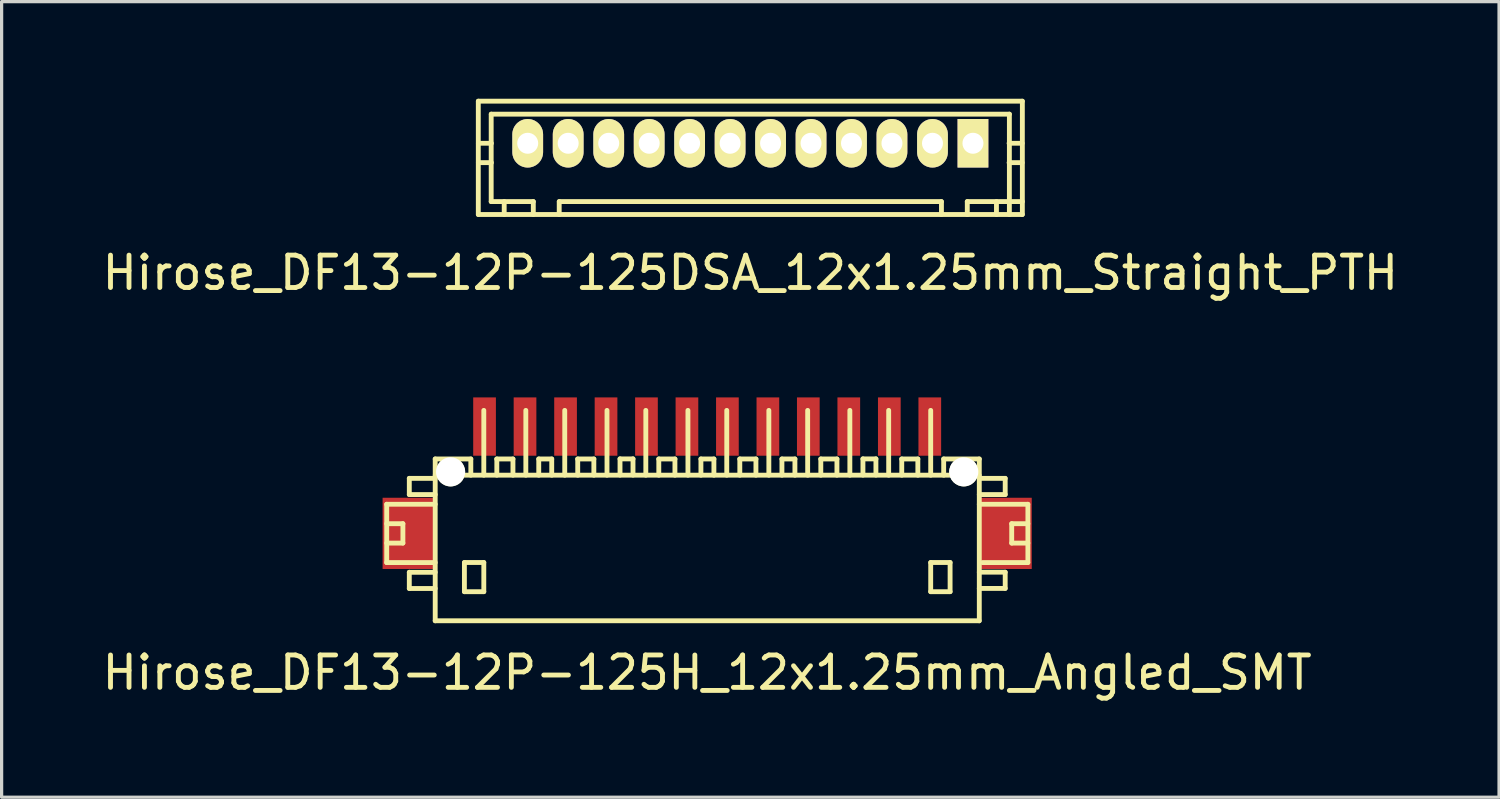
<source format=kicad_pcb>
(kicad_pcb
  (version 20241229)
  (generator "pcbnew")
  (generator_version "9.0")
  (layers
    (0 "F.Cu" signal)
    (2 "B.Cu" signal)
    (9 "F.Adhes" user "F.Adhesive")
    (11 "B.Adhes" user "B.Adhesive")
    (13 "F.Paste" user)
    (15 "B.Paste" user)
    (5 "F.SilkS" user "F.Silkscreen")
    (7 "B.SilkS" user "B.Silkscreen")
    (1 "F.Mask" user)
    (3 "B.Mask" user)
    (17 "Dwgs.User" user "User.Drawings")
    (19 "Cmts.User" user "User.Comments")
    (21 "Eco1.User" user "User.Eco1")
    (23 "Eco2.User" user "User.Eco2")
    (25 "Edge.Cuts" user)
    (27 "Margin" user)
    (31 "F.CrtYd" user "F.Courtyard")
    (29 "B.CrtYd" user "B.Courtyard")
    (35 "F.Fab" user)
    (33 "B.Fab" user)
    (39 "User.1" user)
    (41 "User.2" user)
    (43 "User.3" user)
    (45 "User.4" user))
  (footprint "Hirose_DF13-12P-125DSA_12x1.25mm_Straight_PTH"
    (layer "F.Cu")
    (at 20.125 1.375)
    (property "Reference" "Hirose_DF13-12P-125DSA_12x1.25mm_Straight_PTH" (at 0 4 0) (layer "F.SilkS") (effects (font (size 1 1) (thickness 0.15))))
    (attr through_hole)
    (fp_line (start -8.402 2.2) (end -8.402 -1.3) (stroke (width 0.15) (type solid)) (layer "F.SilkS"))
    (fp_line (start -8.4 -1.3) (end 8.4 -1.3) (stroke (width 0.15) (type solid)) (layer "F.SilkS"))
    (fp_line (start -8.004 -0.899) (end -8.004 1.801) (stroke (width 0.15) (type solid)) (layer "F.SilkS"))
    (fp_line (start -7.998 0) (end -8.4 0) (stroke (width 0.15) (type solid)) (layer "F.SilkS"))
    (fp_line (start -7.998 0.599) (end -8.4 0.599) (stroke (width 0.15) (type solid)) (layer "F.SilkS"))
    (fp_line (start -7.602 1.801) (end -7.602 2.2) (stroke (width 0.15) (type solid)) (layer "F.SilkS"))
    (fp_line (start -7 -0.099) (end -7 0.099) (stroke (width 0.15) (type solid)) (layer "F.SilkS"))
    (fp_line (start -7 0.099) (end -6.8 0.099) (stroke (width 0.15) (type solid)) (layer "F.SilkS"))
    (fp_line (start -6.8 -0.099) (end -7 -0.099) (stroke (width 0.15) (type solid)) (layer "F.SilkS"))
    (fp_line (start -6.8 0.099) (end -6.8 -0.099) (stroke (width 0.15) (type solid)) (layer "F.SilkS"))
    (fp_line (start -6.703 1.801) (end -8.004 1.801) (stroke (width 0.15) (type solid)) (layer "F.SilkS"))
    (fp_line (start -6.703 1.801) (end -6.703 2.2) (stroke (width 0.15) (type solid)) (layer "F.SilkS"))
    (fp_line (start -5.903 2.2) (end -5.903 1.801) (stroke (width 0.15) (type solid)) (layer "F.SilkS"))
    (fp_line (start -5.9 1.801) (end 5.9 1.801) (stroke (width 0.15) (type solid)) (layer "F.SilkS"))
    (fp_line (start -5.7 -0.099) (end -5.7 0.099) (stroke (width 0.15) (type solid)) (layer "F.SilkS"))
    (fp_line (start -5.7 0.099) (end -5.499 0.099) (stroke (width 0.15) (type solid)) (layer "F.SilkS"))
    (fp_line (start -5.499 -0.099) (end -5.7 -0.099) (stroke (width 0.15) (type solid)) (layer "F.SilkS"))
    (fp_line (start -5.499 0.099) (end -5.499 -0.099) (stroke (width 0.15) (type solid)) (layer "F.SilkS"))
    (fp_line (start -4.501 -0.099) (end -4.501 0.099) (stroke (width 0.15) (type solid)) (layer "F.SilkS"))
    (fp_line (start -4.501 0.099) (end -4.3 0.099) (stroke (width 0.15) (type solid)) (layer "F.SilkS"))
    (fp_line (start -4.3 -0.099) (end -4.501 -0.099) (stroke (width 0.15) (type solid)) (layer "F.SilkS"))
    (fp_line (start -4.3 0.099) (end -4.3 -0.099) (stroke (width 0.15) (type solid)) (layer "F.SilkS"))
    (fp_line (start -3.2 -0.099) (end -3.2 0.099) (stroke (width 0.15) (type solid)) (layer "F.SilkS"))
    (fp_line (start -3.2 0.099) (end -3 0.099) (stroke (width 0.15) (type solid)) (layer "F.SilkS"))
    (fp_line (start -3 -0.099) (end -3.2 -0.099) (stroke (width 0.15) (type solid)) (layer "F.SilkS"))
    (fp_line (start -3 0.099) (end -3 -0.099) (stroke (width 0.15) (type solid)) (layer "F.SilkS"))
    (fp_line (start -1.999 -0.099) (end -1.999 0.099) (stroke (width 0.15) (type solid)) (layer "F.SilkS"))
    (fp_line (start -1.999 0.099) (end -1.801 0.099) (stroke (width 0.15) (type solid)) (layer "F.SilkS"))
    (fp_line (start -1.801 -0.099) (end -1.999 -0.099) (stroke (width 0.15) (type solid)) (layer "F.SilkS"))
    (fp_line (start -1.801 0.099) (end -1.801 -0.099) (stroke (width 0.15) (type solid)) (layer "F.SilkS"))
    (fp_line (start -0.701 -0.099) (end -0.701 0.099) (stroke (width 0.15) (type solid)) (layer "F.SilkS"))
    (fp_line (start -0.701 0.099) (end -0.5 0.099) (stroke (width 0.15) (type solid)) (layer "F.SilkS"))
    (fp_line (start -0.5 -0.099) (end -0.701 -0.099) (stroke (width 0.15) (type solid)) (layer "F.SilkS"))
    (fp_line (start -0.5 0.099) (end -0.5 -0.099) (stroke (width 0.15) (type solid)) (layer "F.SilkS"))
    (fp_line (start 0.5 -0.099) (end 0.701 -0.099) (stroke (width 0.15) (type solid)) (layer "F.SilkS"))
    (fp_line (start 0.5 0.099) (end 0.5 -0.099) (stroke (width 0.15) (type solid)) (layer "F.SilkS"))
    (fp_line (start 0.701 -0.099) (end 0.701 0.099) (stroke (width 0.15) (type solid)) (layer "F.SilkS"))
    (fp_line (start 0.701 0.099) (end 0.5 0.099) (stroke (width 0.15) (type solid)) (layer "F.SilkS"))
    (fp_line (start 1.801 -0.099) (end 1.999 -0.099) (stroke (width 0.15) (type solid)) (layer "F.SilkS"))
    (fp_line (start 1.801 0.099) (end 1.801 -0.099) (stroke (width 0.15) (type solid)) (layer "F.SilkS"))
    (fp_line (start 1.999 -0.099) (end 1.999 0.099) (stroke (width 0.15) (type solid)) (layer "F.SilkS"))
    (fp_line (start 1.999 0.099) (end 1.801 0.099) (stroke (width 0.15) (type solid)) (layer "F.SilkS"))
    (fp_line (start 3 -0.099) (end 3.2 -0.099) (stroke (width 0.15) (type solid)) (layer "F.SilkS"))
    (fp_line (start 3 0.099) (end 3 -0.099) (stroke (width 0.15) (type solid)) (layer "F.SilkS"))
    (fp_line (start 3.2 -0.099) (end 3.2 0.099) (stroke (width 0.15) (type solid)) (layer "F.SilkS"))
    (fp_line (start 3.2 0.099) (end 3 0.099) (stroke (width 0.15) (type solid)) (layer "F.SilkS"))
    (fp_line (start 4.3 -0.099) (end 4.501 -0.099) (stroke (width 0.15) (type solid)) (layer "F.SilkS"))
    (fp_line (start 4.3 0.099) (end 4.3 -0.099) (stroke (width 0.15) (type solid)) (layer "F.SilkS"))
    (fp_line (start 4.501 -0.099) (end 4.501 0.099) (stroke (width 0.15) (type solid)) (layer "F.SilkS"))
    (fp_line (start 4.501 0.099) (end 4.3 0.099) (stroke (width 0.15) (type solid)) (layer "F.SilkS"))
    (fp_line (start 5.499 -0.099) (end 5.7 -0.099) (stroke (width 0.15) (type solid)) (layer "F.SilkS"))
    (fp_line (start 5.499 0.099) (end 5.499 -0.099) (stroke (width 0.15) (type solid)) (layer "F.SilkS"))
    (fp_line (start 5.7 -0.099) (end 5.7 0.099) (stroke (width 0.15) (type solid)) (layer "F.SilkS"))
    (fp_line (start 5.7 0.099) (end 5.499 0.099) (stroke (width 0.15) (type solid)) (layer "F.SilkS"))
    (fp_line (start 5.903 2.2) (end 5.903 1.801) (stroke (width 0.15) (type solid)) (layer "F.SilkS"))
    (fp_line (start 6.701 1.801) (end 6.701 2.2) (stroke (width 0.15) (type solid)) (layer "F.SilkS"))
    (fp_line (start 6.701 1.801) (end 8.402 1.801) (stroke (width 0.15) (type solid)) (layer "F.SilkS"))
    (fp_line (start 6.8 -0.099) (end 7 -0.099) (stroke (width 0.15) (type solid)) (layer "F.SilkS"))
    (fp_line (start 6.8 0.099) (end 6.8 -0.099) (stroke (width 0.15) (type solid)) (layer "F.SilkS"))
    (fp_line (start 7 -0.099) (end 7 0.099) (stroke (width 0.15) (type solid)) (layer "F.SilkS"))
    (fp_line (start 7 0.099) (end 6.8 0.099) (stroke (width 0.15) (type solid)) (layer "F.SilkS"))
    (fp_line (start 7.602 1.801) (end 7.602 2.2) (stroke (width 0.15) (type solid)) (layer "F.SilkS"))
    (fp_line (start 7.993 0) (end 8.395 0) (stroke (width 0.15) (type solid)) (layer "F.SilkS"))
    (fp_line (start 8.001 -0.899) (end -8.001 -0.899) (stroke (width 0.15) (type solid)) (layer "F.SilkS"))
    (fp_line (start 8.001 -0.899) (end 8.001 2.2) (stroke (width 0.15) (type solid)) (layer "F.SilkS"))
    (fp_line (start 8.395 0.599) (end 7.993 0.599) (stroke (width 0.15) (type solid)) (layer "F.SilkS"))
    (fp_line (start 8.4 2.2) (end -8.4 2.2) (stroke (width 0.15) (type solid)) (layer "F.SilkS"))
    (fp_line (start 8.402 -1.3) (end 8.402 2.2) (stroke (width 0.15) (type solid)) (layer "F.SilkS"))
    (pad "1" thru_hole rect (at 6.876 0) (size 0.95 1.499) (drill 0.648) (layers "*.Cu" "*.Mask" "F.SilkS"))
    (pad "2" thru_hole oval (at 5.626 0) (size 0.95 1.499) (drill 0.648) (layers "*.Cu" "*.Mask" "F.SilkS"))
    (pad "3" thru_hole oval (at 4.374 0) (size 0.95 1.499) (drill 0.648) (layers "*.Cu" "*.Mask" "F.SilkS"))
    (pad "4" thru_hole oval (at 3.124 0) (size 0.95 1.499) (drill 0.648) (layers "*.Cu" "*.Mask" "F.SilkS"))
    (pad "5" thru_hole oval (at 1.875 0) (size 0.95 1.499) (drill 0.648) (layers "*.Cu" "*.Mask" "F.SilkS"))
    (pad "6" thru_hole oval (at 0.625 0) (size 0.95 1.499) (drill 0.648) (layers "*.Cu" "*.Mask" "F.SilkS"))
    (pad "7" thru_hole oval (at -0.625 0) (size 0.95 1.499) (drill 0.648) (layers "*.Cu" "*.Mask" "F.SilkS"))
    (pad "8" thru_hole oval (at -1.875 0) (size 0.95 1.499) (drill 0.648) (layers "*.Cu" "*.Mask" "F.SilkS"))
    (pad "9" thru_hole oval (at -3.124 0) (size 0.95 1.499) (drill 0.648) (layers "*.Cu" "*.Mask" "F.SilkS"))
    (pad "10" thru_hole oval (at -4.374 0) (size 0.95 1.499) (drill 0.648) (layers "*.Cu" "*.Mask" "F.SilkS"))
    (pad "11" thru_hole oval (at -5.626 0) (size 0.95 1.499) (drill 0.648) (layers "*.Cu" "*.Mask" "F.SilkS"))
    (pad "12" thru_hole oval (at -6.876 0) (size 0.95 1.499) (drill 0.648) (layers "*.Cu" "*.Mask" "F.SilkS")))
  (footprint "Hirose_DF13-12P-125H_12x1.25mm_Angled_SMT"
    (layer "F.Cu")
    (at 18.792 13.625)
    (property "Reference" "Hirose_DF13-12P-125H_12x1.25mm_Angled_SMT" (at 0 4.1 0) (layer "F.SilkS") (effects (font (size 1 1) (thickness 0.15))))
    (attr smd)
    (fp_line (start -9.898 -1.1) (end -9.898 0.701) (stroke (width 0.15) (type solid)) (layer "F.SilkS"))
    (fp_line (start -9.898 0.701) (end -8.4 0.701) (stroke (width 0.15) (type solid)) (layer "F.SilkS"))
    (fp_line (start -9.398 -0.5) (end -9.898 -0.5) (stroke (width 0.15) (type solid)) (layer "F.SilkS"))
    (fp_line (start -9.398 0.099) (end -9.898 0.099) (stroke (width 0.15) (type solid)) (layer "F.SilkS"))
    (fp_line (start -9.398 0.099) (end -9.398 -0.5) (stroke (width 0.15) (type solid)) (layer "F.SilkS"))
    (fp_line (start -9.2 -1.9) (end -9.2 -1.4) (stroke (width 0.15) (type solid)) (layer "F.SilkS"))
    (fp_line (start -9.2 -1.9) (end -8.4 -1.9) (stroke (width 0.15) (type solid)) (layer "F.SilkS"))
    (fp_line (start -9.2 1.001) (end -9.2 1.501) (stroke (width 0.15) (type solid)) (layer "F.SilkS"))
    (fp_line (start -9.2 1.501) (end -8.4 1.501) (stroke (width 0.15) (type solid)) (layer "F.SilkS"))
    (fp_line (start -8.4 -1.4) (end -9.2 -1.4) (stroke (width 0.15) (type solid)) (layer "F.SilkS"))
    (fp_line (start -8.4 -1.1) (end -9.898 -1.1) (stroke (width 0.15) (type solid)) (layer "F.SilkS"))
    (fp_line (start -8.4 1.001) (end -9.2 1.001) (stroke (width 0.15) (type solid)) (layer "F.SilkS"))
    (fp_line (start -8.4 2.499) (end -8.4 -2.499) (stroke (width 0.15) (type solid)) (layer "F.SilkS"))
    (fp_line (start -7.498 0.699) (end -7.498 1.6) (stroke (width 0.15) (type solid)) (layer "F.SilkS"))
    (fp_line (start -7.498 1.6) (end -6.899 1.6) (stroke (width 0.15) (type solid)) (layer "F.SilkS"))
    (fp_line (start -7.3 -2.499) (end -8.4 -2.499) (stroke (width 0.15) (type solid)) (layer "F.SilkS"))
    (fp_line (start -7.3 -2.499) (end -7.3 -1.999) (stroke (width 0.15) (type solid)) (layer "F.SilkS"))
    (fp_line (start -6.899 -4) (end -6.899 -1.999) (stroke (width 0.15) (type solid)) (layer "F.SilkS"))
    (fp_line (start -6.899 0.699) (end -7.498 0.699) (stroke (width 0.15) (type solid)) (layer "F.SilkS"))
    (fp_line (start -6.899 1.6) (end -6.899 0.699) (stroke (width 0.15) (type solid)) (layer "F.SilkS"))
    (fp_line (start -6.5 -2.499) (end -5.999 -2.499) (stroke (width 0.15) (type solid)) (layer "F.SilkS"))
    (fp_line (start -6.497 -1.999) (end -6.497 -2.499) (stroke (width 0.15) (type solid)) (layer "F.SilkS"))
    (fp_line (start -5.999 -2.499) (end -5.999 -1.999) (stroke (width 0.15) (type solid)) (layer "F.SilkS"))
    (fp_line (start -5.601 -1.999) (end -5.601 -4) (stroke (width 0.15) (type solid)) (layer "F.SilkS"))
    (fp_line (start -5.202 -2.499) (end -5.202 -1.999) (stroke (width 0.15) (type solid)) (layer "F.SilkS"))
    (fp_line (start -4.801 -2.499) (end -5.202 -2.499) (stroke (width 0.15) (type solid)) (layer "F.SilkS"))
    (fp_line (start -4.801 -2.499) (end -4.801 -1.999) (stroke (width 0.15) (type solid)) (layer "F.SilkS"))
    (fp_line (start -4.399 -1.999) (end -4.399 -4) (stroke (width 0.15) (type solid)) (layer "F.SilkS"))
    (fp_line (start -4 -2.499) (end -3.5 -2.499) (stroke (width 0.15) (type solid)) (layer "F.SilkS"))
    (fp_line (start -3.998 -1.999) (end -3.998 -2.499) (stroke (width 0.15) (type solid)) (layer "F.SilkS"))
    (fp_line (start -3.5 -2.499) (end -3.5 -1.999) (stroke (width 0.15) (type solid)) (layer "F.SilkS"))
    (fp_line (start -3.094 -1.999) (end -3.094 -4) (stroke (width 0.15) (type solid)) (layer "F.SilkS"))
    (fp_line (start -2.692 -2.502) (end -2.692 -2.002) (stroke (width 0.15) (type solid)) (layer "F.SilkS"))
    (fp_line (start -2.291 -2.502) (end -2.692 -2.502) (stroke (width 0.15) (type solid)) (layer "F.SilkS"))
    (fp_line (start -2.291 -2.502) (end -2.291 -2.002) (stroke (width 0.15) (type solid)) (layer "F.SilkS"))
    (fp_line (start -1.895 -1.999) (end -1.895 -4) (stroke (width 0.15) (type solid)) (layer "F.SilkS"))
    (fp_line (start -1.496 -2.499) (end -0.996 -2.499) (stroke (width 0.15) (type solid)) (layer "F.SilkS"))
    (fp_line (start -1.494 -1.999) (end -1.494 -2.499) (stroke (width 0.15) (type solid)) (layer "F.SilkS"))
    (fp_line (start -0.996 -2.499) (end -0.996 -1.999) (stroke (width 0.15) (type solid)) (layer "F.SilkS"))
    (fp_line (start -0.594 -1.999) (end -0.594 -4) (stroke (width 0.15) (type solid)) (layer "F.SilkS"))
    (fp_line (start -0.193 -2.499) (end -0.193 -1.999) (stroke (width 0.15) (type solid)) (layer "F.SilkS"))
    (fp_line (start 0.208 -2.499) (end -0.193 -2.499) (stroke (width 0.15) (type solid)) (layer "F.SilkS"))
    (fp_line (start 0.208 -2.499) (end 0.208 -1.999) (stroke (width 0.15) (type solid)) (layer "F.SilkS"))
    (fp_line (start 0.605 -1.999) (end 0.605 -4) (stroke (width 0.15) (type solid)) (layer "F.SilkS"))
    (fp_line (start 1.006 -2.499) (end 1.506 -2.499) (stroke (width 0.15) (type solid)) (layer "F.SilkS"))
    (fp_line (start 1.008 -1.999) (end 1.008 -2.499) (stroke (width 0.15) (type solid)) (layer "F.SilkS"))
    (fp_line (start 1.506 -2.499) (end 1.506 -1.999) (stroke (width 0.15) (type solid)) (layer "F.SilkS"))
    (fp_line (start 1.905 -1.999) (end 1.905 -4) (stroke (width 0.15) (type solid)) (layer "F.SilkS"))
    (fp_line (start 2.309 -2.499) (end 2.309 -1.999) (stroke (width 0.15) (type solid)) (layer "F.SilkS"))
    (fp_line (start 2.71 -2.499) (end 2.309 -2.499) (stroke (width 0.15) (type solid)) (layer "F.SilkS"))
    (fp_line (start 2.71 -2.499) (end 2.71 -1.999) (stroke (width 0.15) (type solid)) (layer "F.SilkS"))
    (fp_line (start 3.104 -1.999) (end 3.104 -4) (stroke (width 0.15) (type solid)) (layer "F.SilkS"))
    (fp_line (start 3.508 -2.499) (end 4.008 -2.499) (stroke (width 0.15) (type solid)) (layer "F.SilkS"))
    (fp_line (start 3.51 -1.999) (end 3.51 -2.499) (stroke (width 0.15) (type solid)) (layer "F.SilkS"))
    (fp_line (start 4.008 -2.499) (end 4.008 -1.999) (stroke (width 0.15) (type solid)) (layer "F.SilkS"))
    (fp_line (start 4.407 -1.999) (end 4.407 -4) (stroke (width 0.15) (type solid)) (layer "F.SilkS"))
    (fp_line (start 4.811 -2.502) (end 4.811 -2.002) (stroke (width 0.15) (type solid)) (layer "F.SilkS"))
    (fp_line (start 5.212 -2.502) (end 4.811 -2.502) (stroke (width 0.15) (type solid)) (layer "F.SilkS"))
    (fp_line (start 5.212 -2.502) (end 5.212 -2.002) (stroke (width 0.15) (type solid)) (layer "F.SilkS"))
    (fp_line (start 5.606 -1.999) (end 5.606 -4) (stroke (width 0.15) (type solid)) (layer "F.SilkS"))
    (fp_line (start 6.007 -2.499) (end 6.507 -2.499) (stroke (width 0.15) (type solid)) (layer "F.SilkS"))
    (fp_line (start 6.01 -1.999) (end 6.01 -2.499) (stroke (width 0.15) (type solid)) (layer "F.SilkS"))
    (fp_line (start 6.507 -2.499) (end 6.507 -1.999) (stroke (width 0.15) (type solid)) (layer "F.SilkS"))
    (fp_line (start 6.904 -1.999) (end 6.904 -4) (stroke (width 0.15) (type solid)) (layer "F.SilkS"))
    (fp_line (start 6.904 0.699) (end 7.503 0.699) (stroke (width 0.15) (type solid)) (layer "F.SilkS"))
    (fp_line (start 6.904 1.6) (end 6.904 0.699) (stroke (width 0.15) (type solid)) (layer "F.SilkS"))
    (fp_line (start 7.305 -2.499) (end 7.305 -1.999) (stroke (width 0.15) (type solid)) (layer "F.SilkS"))
    (fp_line (start 7.503 0.699) (end 7.503 1.6) (stroke (width 0.15) (type solid)) (layer "F.SilkS"))
    (fp_line (start 7.503 1.6) (end 6.904 1.6) (stroke (width 0.15) (type solid)) (layer "F.SilkS"))
    (fp_line (start 8.4 -1.999) (end -8.4 -1.999) (stroke (width 0.15) (type solid)) (layer "F.SilkS"))
    (fp_line (start 8.4 2.499) (end -8.4 2.499) (stroke (width 0.15) (type solid)) (layer "F.SilkS"))
    (fp_line (start 8.405 -2.499) (end 7.305 -2.499) (stroke (width 0.15) (type solid)) (layer "F.SilkS"))
    (fp_line (start 8.405 -2.499) (end 8.405 2.499) (stroke (width 0.15) (type solid)) (layer "F.SilkS"))
    (fp_line (start 8.405 -1.9) (end 9.205 -1.9) (stroke (width 0.15) (type solid)) (layer "F.SilkS"))
    (fp_line (start 8.405 0.998) (end 9.205 0.998) (stroke (width 0.15) (type solid)) (layer "F.SilkS"))
    (fp_line (start 9.205 -1.9) (end 9.205 -1.4) (stroke (width 0.15) (type solid)) (layer "F.SilkS"))
    (fp_line (start 9.205 -1.4) (end 8.405 -1.4) (stroke (width 0.15) (type solid)) (layer "F.SilkS"))
    (fp_line (start 9.205 0.998) (end 9.205 1.499) (stroke (width 0.15) (type solid)) (layer "F.SilkS"))
    (fp_line (start 9.205 1.499) (end 8.405 1.499) (stroke (width 0.15) (type solid)) (layer "F.SilkS"))
    (fp_line (start 9.406 0.099) (end 9.406 -0.5) (stroke (width 0.15) (type solid)) (layer "F.SilkS"))
    (fp_line (start 9.903 -1.1) (end 8.405 -1.1) (stroke (width 0.15) (type solid)) (layer "F.SilkS"))
    (fp_line (start 9.903 0.701) (end 8.504 0.701) (stroke (width 0.15) (type solid)) (layer "F.SilkS"))
    (fp_line (start 9.906 -1.1) (end 9.906 0.701) (stroke (width 0.15) (type solid)) (layer "F.SilkS"))
    (fp_line (start 9.906 -0.5) (end 9.406 -0.5) (stroke (width 0.15) (type solid)) (layer "F.SilkS"))
    (fp_line (start 9.906 0.099) (end 9.406 0.099) (stroke (width 0.15) (type solid)) (layer "F.SilkS"))
    (pad "" smd rect (at -9.225 -0.201) (size 1.6 2.2) (layers "F.Cu" "F.Mask" "F.Paste"))
    (pad "" np_thru_hole circle (at -7.925 -2.101) (size 0.899 0.899) (drill 0.899) (layers "*.Cu" "*.Mask" "F.SilkS"))
    (pad "" np_thru_hole circle (at 7.925 -2.101) (size 0.899 0.899) (drill 0.899) (layers "*.Cu" "*.Mask" "F.SilkS"))
    (pad "" smd rect (at 9.225 -0.201) (size 1.6 2.2) (layers "F.Cu" "F.Mask" "F.Paste"))
    (pad "1" smd rect (at 6.876 -3.5) (size 0.701 1.801) (layers "F.Cu" "F.Mask" "F.Paste"))
    (pad "2" smd rect (at 5.626 -3.5) (size 0.701 1.801) (layers "F.Cu" "F.Mask" "F.Paste"))
    (pad "3" smd rect (at 4.374 -3.5) (size 0.701 1.801) (layers "F.Cu" "F.Mask" "F.Paste"))
    (pad "4" smd rect (at 3.124 -3.5) (size 0.701 1.801) (layers "F.Cu" "F.Mask" "F.Paste"))
    (pad "5" smd rect (at 1.875 -3.5) (size 0.701 1.801) (layers "F.Cu" "F.Mask" "F.Paste"))
    (pad "6" smd rect (at 0.625 -3.5) (size 0.701 1.801) (layers "F.Cu" "F.Mask" "F.Paste"))
    (pad "7" smd rect (at -0.625 -3.5) (size 0.701 1.801) (layers "F.Cu" "F.Mask" "F.Paste"))
    (pad "8" smd rect (at -1.875 -3.5) (size 0.701 1.801) (layers "F.Cu" "F.Mask" "F.Paste"))
    (pad "9" smd rect (at -3.124 -3.5) (size 0.701 1.801) (layers "F.Cu" "F.Mask" "F.Paste"))
    (pad "10" smd rect (at -4.374 -3.5) (size 0.701 1.801) (layers "F.Cu" "F.Mask" "F.Paste"))
    (pad "11" smd rect (at -5.626 -3.5) (size 0.701 1.801) (layers "F.Cu" "F.Mask" "F.Paste"))
    (pad "12" smd rect (at -6.876 -3.5) (size 0.701 1.801) (layers "F.Cu" "F.Mask" "F.Paste")))
  (gr_rect
    (start -3 -3)
    (end 43.25 21.573)
    (stroke (width 0.1) (type default))
    (fill no)
    (layer "Edge.Cuts")))
</source>
